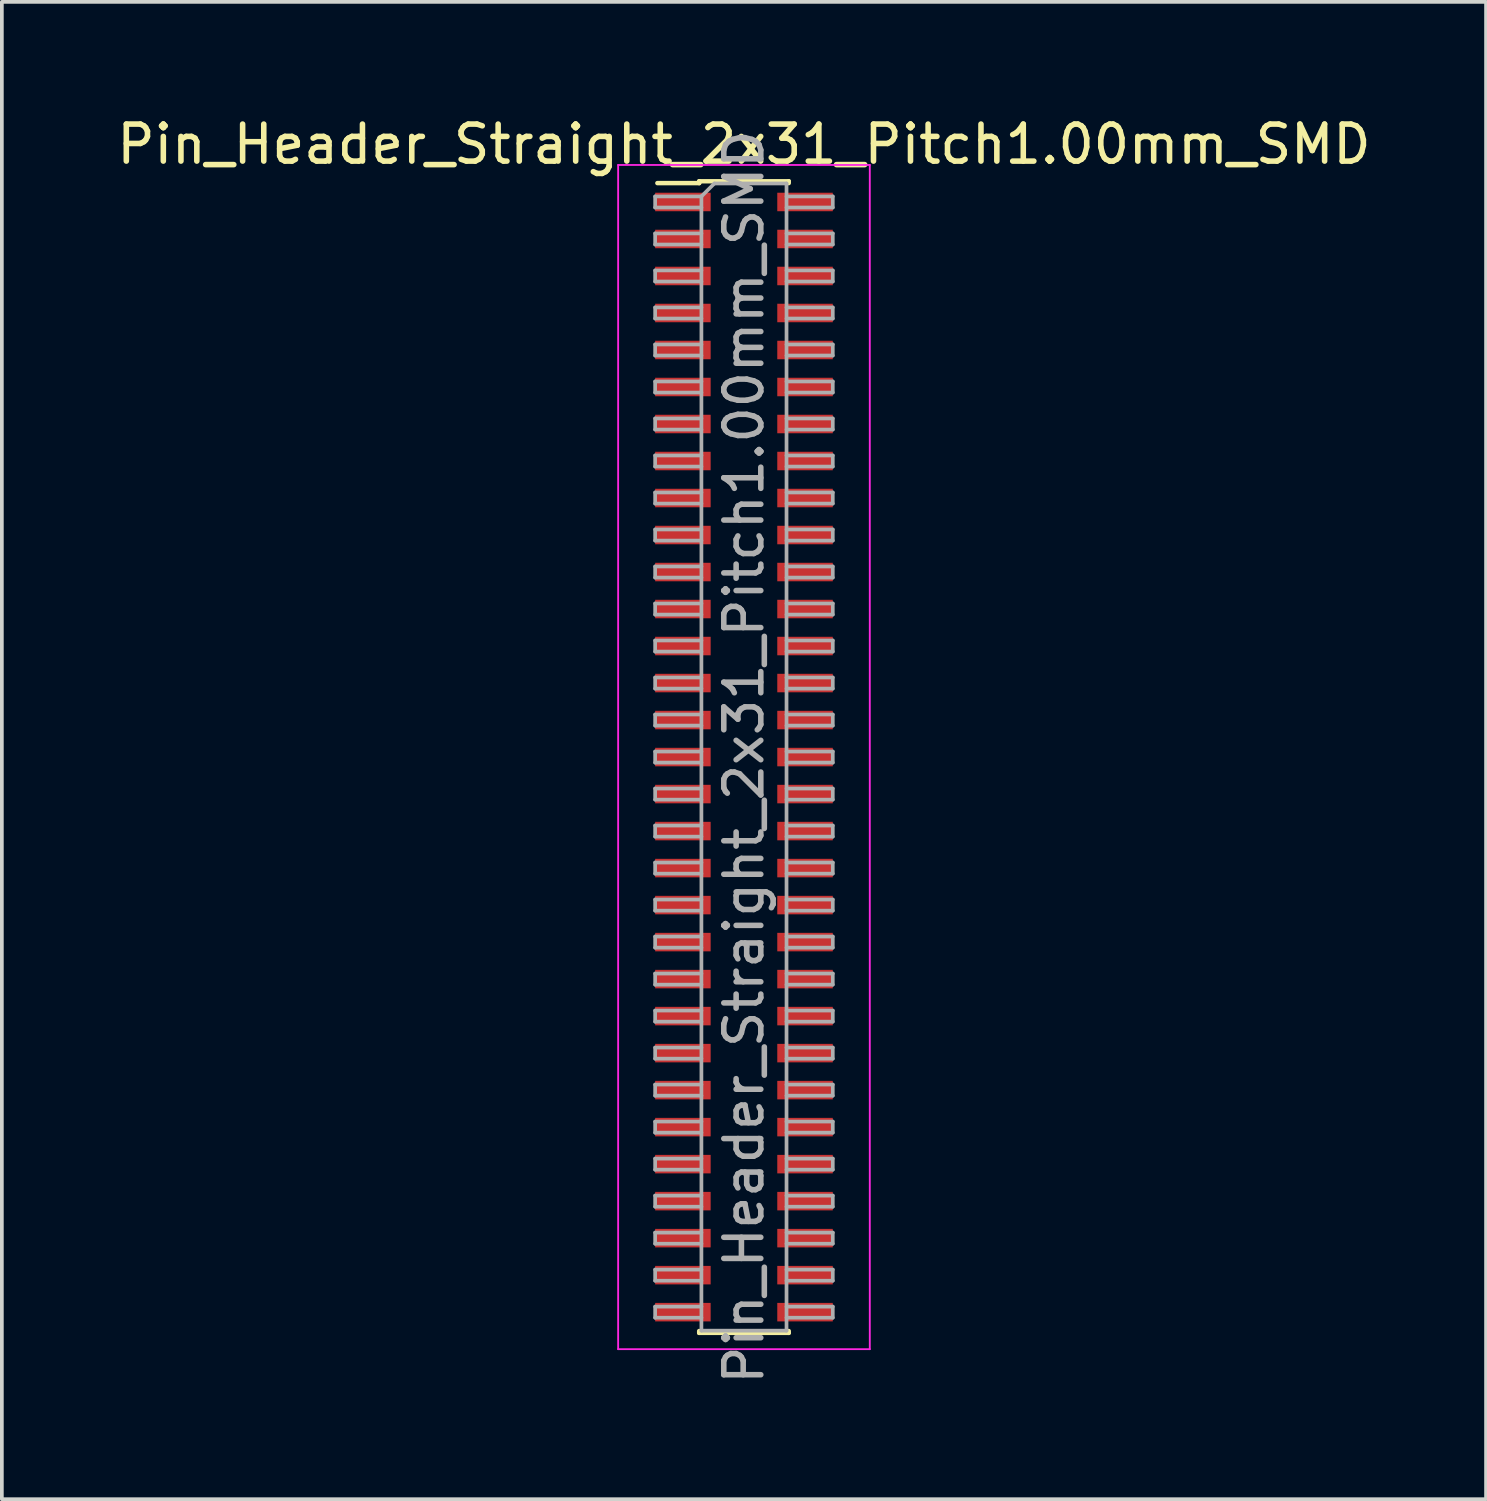
<source format=kicad_pcb>
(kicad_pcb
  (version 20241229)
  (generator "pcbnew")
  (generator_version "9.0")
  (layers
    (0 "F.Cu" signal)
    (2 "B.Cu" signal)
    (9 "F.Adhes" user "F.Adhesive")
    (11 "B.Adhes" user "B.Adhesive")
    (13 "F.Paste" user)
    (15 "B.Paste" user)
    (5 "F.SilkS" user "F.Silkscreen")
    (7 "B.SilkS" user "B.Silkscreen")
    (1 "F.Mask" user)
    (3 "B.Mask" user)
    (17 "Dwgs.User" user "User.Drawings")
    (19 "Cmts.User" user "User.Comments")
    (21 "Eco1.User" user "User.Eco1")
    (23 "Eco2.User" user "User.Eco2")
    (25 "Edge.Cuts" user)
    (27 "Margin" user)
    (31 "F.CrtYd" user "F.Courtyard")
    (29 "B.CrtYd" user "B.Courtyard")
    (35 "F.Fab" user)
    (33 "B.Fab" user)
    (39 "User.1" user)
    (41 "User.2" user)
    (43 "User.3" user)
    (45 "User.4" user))
  (footprint "Pin_Header_Straight_2x31_Pitch1.00mm_SMD"
    (layer "F.Cu")
    (at 17.054 17.408)
    (property "Reference" "Pin_Header_Straight_2x31_Pitch1.00mm_SMD" (at 0 -16.56 0) (layer "F.SilkS") (effects (font (size 1 1) (thickness 0.15))))
    (attr smd)
    (fp_line (start -2.34 -15.51) (end -1.21 -15.51) (stroke (width 0.12) (type solid)) (layer "F.SilkS"))
    (fp_line (start -1.21 -15.56) (end -1.21 -15.51) (stroke (width 0.12) (type solid)) (layer "F.SilkS"))
    (fp_line (start -1.21 -15.56) (end 1.21 -15.56) (stroke (width 0.12) (type solid)) (layer "F.SilkS"))
    (fp_line (start -1.21 15.51) (end -1.21 15.56) (stroke (width 0.12) (type solid)) (layer "F.SilkS"))
    (fp_line (start -1.21 15.56) (end 1.21 15.56) (stroke (width 0.12) (type solid)) (layer "F.SilkS"))
    (fp_line (start 1.21 -15.56) (end 1.21 -15.51) (stroke (width 0.12) (type solid)) (layer "F.SilkS"))
    (fp_line (start 1.21 15.51) (end 1.21 15.56) (stroke (width 0.12) (type solid)) (layer "F.SilkS"))
    (fp_line (start -3.4 -16) (end -3.4 16) (stroke (width 0.05) (type solid)) (layer "F.CrtYd"))
    (fp_line (start -3.4 16) (end 3.4 16) (stroke (width 0.05) (type solid)) (layer "F.CrtYd"))
    (fp_line (start 3.4 -16) (end -3.4 -16) (stroke (width 0.05) (type solid)) (layer "F.CrtYd"))
    (fp_line (start 3.4 16) (end 3.4 -16) (stroke (width 0.05) (type solid)) (layer "F.CrtYd"))
    (fp_line (start -2.4 -15.15) (end -2.4 -14.85) (stroke (width 0.1) (type solid)) (layer "F.Fab"))
    (fp_line (start -2.4 -14.85) (end -1.15 -14.85) (stroke (width 0.1) (type solid)) (layer "F.Fab"))
    (fp_line (start -2.4 -14.15) (end -2.4 -13.85) (stroke (width 0.1) (type solid)) (layer "F.Fab"))
    (fp_line (start -2.4 -13.85) (end -1.15 -13.85) (stroke (width 0.1) (type solid)) (layer "F.Fab"))
    (fp_line (start -2.4 -13.15) (end -2.4 -12.85) (stroke (width 0.1) (type solid)) (layer "F.Fab"))
    (fp_line (start -2.4 -12.85) (end -1.15 -12.85) (stroke (width 0.1) (type solid)) (layer "F.Fab"))
    (fp_line (start -2.4 -12.15) (end -2.4 -11.85) (stroke (width 0.1) (type solid)) (layer "F.Fab"))
    (fp_line (start -2.4 -11.85) (end -1.15 -11.85) (stroke (width 0.1) (type solid)) (layer "F.Fab"))
    (fp_line (start -2.4 -11.15) (end -2.4 -10.85) (stroke (width 0.1) (type solid)) (layer "F.Fab"))
    (fp_line (start -2.4 -10.85) (end -1.15 -10.85) (stroke (width 0.1) (type solid)) (layer "F.Fab"))
    (fp_line (start -2.4 -10.15) (end -2.4 -9.85) (stroke (width 0.1) (type solid)) (layer "F.Fab"))
    (fp_line (start -2.4 -9.85) (end -1.15 -9.85) (stroke (width 0.1) (type solid)) (layer "F.Fab"))
    (fp_line (start -2.4 -9.15) (end -2.4 -8.85) (stroke (width 0.1) (type solid)) (layer "F.Fab"))
    (fp_line (start -2.4 -8.85) (end -1.15 -8.85) (stroke (width 0.1) (type solid)) (layer "F.Fab"))
    (fp_line (start -2.4 -8.15) (end -2.4 -7.85) (stroke (width 0.1) (type solid)) (layer "F.Fab"))
    (fp_line (start -2.4 -7.85) (end -1.15 -7.85) (stroke (width 0.1) (type solid)) (layer "F.Fab"))
    (fp_line (start -2.4 -7.15) (end -2.4 -6.85) (stroke (width 0.1) (type solid)) (layer "F.Fab"))
    (fp_line (start -2.4 -6.85) (end -1.15 -6.85) (stroke (width 0.1) (type solid)) (layer "F.Fab"))
    (fp_line (start -2.4 -6.15) (end -2.4 -5.85) (stroke (width 0.1) (type solid)) (layer "F.Fab"))
    (fp_line (start -2.4 -5.85) (end -1.15 -5.85) (stroke (width 0.1) (type solid)) (layer "F.Fab"))
    (fp_line (start -2.4 -5.15) (end -2.4 -4.85) (stroke (width 0.1) (type solid)) (layer "F.Fab"))
    (fp_line (start -2.4 -4.85) (end -1.15 -4.85) (stroke (width 0.1) (type solid)) (layer "F.Fab"))
    (fp_line (start -2.4 -4.15) (end -2.4 -3.85) (stroke (width 0.1) (type solid)) (layer "F.Fab"))
    (fp_line (start -2.4 -3.85) (end -1.15 -3.85) (stroke (width 0.1) (type solid)) (layer "F.Fab"))
    (fp_line (start -2.4 -3.15) (end -2.4 -2.85) (stroke (width 0.1) (type solid)) (layer "F.Fab"))
    (fp_line (start -2.4 -2.85) (end -1.15 -2.85) (stroke (width 0.1) (type solid)) (layer "F.Fab"))
    (fp_line (start -2.4 -2.15) (end -2.4 -1.85) (stroke (width 0.1) (type solid)) (layer "F.Fab"))
    (fp_line (start -2.4 -1.85) (end -1.15 -1.85) (stroke (width 0.1) (type solid)) (layer "F.Fab"))
    (fp_line (start -2.4 -1.15) (end -2.4 -0.85) (stroke (width 0.1) (type solid)) (layer "F.Fab"))
    (fp_line (start -2.4 -0.85) (end -1.15 -0.85) (stroke (width 0.1) (type solid)) (layer "F.Fab"))
    (fp_line (start -2.4 -0.15) (end -2.4 0.15) (stroke (width 0.1) (type solid)) (layer "F.Fab"))
    (fp_line (start -2.4 0.15) (end -1.15 0.15) (stroke (width 0.1) (type solid)) (layer "F.Fab"))
    (fp_line (start -2.4 0.85) (end -2.4 1.15) (stroke (width 0.1) (type solid)) (layer "F.Fab"))
    (fp_line (start -2.4 1.15) (end -1.15 1.15) (stroke (width 0.1) (type solid)) (layer "F.Fab"))
    (fp_line (start -2.4 1.85) (end -2.4 2.15) (stroke (width 0.1) (type solid)) (layer "F.Fab"))
    (fp_line (start -2.4 2.15) (end -1.15 2.15) (stroke (width 0.1) (type solid)) (layer "F.Fab"))
    (fp_line (start -2.4 2.85) (end -2.4 3.15) (stroke (width 0.1) (type solid)) (layer "F.Fab"))
    (fp_line (start -2.4 3.15) (end -1.15 3.15) (stroke (width 0.1) (type solid)) (layer "F.Fab"))
    (fp_line (start -2.4 3.85) (end -2.4 4.15) (stroke (width 0.1) (type solid)) (layer "F.Fab"))
    (fp_line (start -2.4 4.15) (end -1.15 4.15) (stroke (width 0.1) (type solid)) (layer "F.Fab"))
    (fp_line (start -2.4 4.85) (end -2.4 5.15) (stroke (width 0.1) (type solid)) (layer "F.Fab"))
    (fp_line (start -2.4 5.15) (end -1.15 5.15) (stroke (width 0.1) (type solid)) (layer "F.Fab"))
    (fp_line (start -2.4 5.85) (end -2.4 6.15) (stroke (width 0.1) (type solid)) (layer "F.Fab"))
    (fp_line (start -2.4 6.15) (end -1.15 6.15) (stroke (width 0.1) (type solid)) (layer "F.Fab"))
    (fp_line (start -2.4 6.85) (end -2.4 7.15) (stroke (width 0.1) (type solid)) (layer "F.Fab"))
    (fp_line (start -2.4 7.15) (end -1.15 7.15) (stroke (width 0.1) (type solid)) (layer "F.Fab"))
    (fp_line (start -2.4 7.85) (end -2.4 8.15) (stroke (width 0.1) (type solid)) (layer "F.Fab"))
    (fp_line (start -2.4 8.15) (end -1.15 8.15) (stroke (width 0.1) (type solid)) (layer "F.Fab"))
    (fp_line (start -2.4 8.85) (end -2.4 9.15) (stroke (width 0.1) (type solid)) (layer "F.Fab"))
    (fp_line (start -2.4 9.15) (end -1.15 9.15) (stroke (width 0.1) (type solid)) (layer "F.Fab"))
    (fp_line (start -2.4 9.85) (end -2.4 10.15) (stroke (width 0.1) (type solid)) (layer "F.Fab"))
    (fp_line (start -2.4 10.15) (end -1.15 10.15) (stroke (width 0.1) (type solid)) (layer "F.Fab"))
    (fp_line (start -2.4 10.85) (end -2.4 11.15) (stroke (width 0.1) (type solid)) (layer "F.Fab"))
    (fp_line (start -2.4 11.15) (end -1.15 11.15) (stroke (width 0.1) (type solid)) (layer "F.Fab"))
    (fp_line (start -2.4 11.85) (end -2.4 12.15) (stroke (width 0.1) (type solid)) (layer "F.Fab"))
    (fp_line (start -2.4 12.15) (end -1.15 12.15) (stroke (width 0.1) (type solid)) (layer "F.Fab"))
    (fp_line (start -2.4 12.85) (end -2.4 13.15) (stroke (width 0.1) (type solid)) (layer "F.Fab"))
    (fp_line (start -2.4 13.15) (end -1.15 13.15) (stroke (width 0.1) (type solid)) (layer "F.Fab"))
    (fp_line (start -2.4 13.85) (end -2.4 14.15) (stroke (width 0.1) (type solid)) (layer "F.Fab"))
    (fp_line (start -2.4 14.15) (end -1.15 14.15) (stroke (width 0.1) (type solid)) (layer "F.Fab"))
    (fp_line (start -2.4 14.85) (end -2.4 15.15) (stroke (width 0.1) (type solid)) (layer "F.Fab"))
    (fp_line (start -2.4 15.15) (end -1.15 15.15) (stroke (width 0.1) (type solid)) (layer "F.Fab"))
    (fp_line (start -1.15 -15.15) (end -2.4 -15.15) (stroke (width 0.1) (type solid)) (layer "F.Fab"))
    (fp_line (start -1.15 -15.15) (end -0.8 -15.5) (stroke (width 0.1) (type solid)) (layer "F.Fab"))
    (fp_line (start -1.15 -14.15) (end -2.4 -14.15) (stroke (width 0.1) (type solid)) (layer "F.Fab"))
    (fp_line (start -1.15 -13.15) (end -2.4 -13.15) (stroke (width 0.1) (type solid)) (layer "F.Fab"))
    (fp_line (start -1.15 -12.15) (end -2.4 -12.15) (stroke (width 0.1) (type solid)) (layer "F.Fab"))
    (fp_line (start -1.15 -11.15) (end -2.4 -11.15) (stroke (width 0.1) (type solid)) (layer "F.Fab"))
    (fp_line (start -1.15 -10.15) (end -2.4 -10.15) (stroke (width 0.1) (type solid)) (layer "F.Fab"))
    (fp_line (start -1.15 -9.15) (end -2.4 -9.15) (stroke (width 0.1) (type solid)) (layer "F.Fab"))
    (fp_line (start -1.15 -8.15) (end -2.4 -8.15) (stroke (width 0.1) (type solid)) (layer "F.Fab"))
    (fp_line (start -1.15 -7.15) (end -2.4 -7.15) (stroke (width 0.1) (type solid)) (layer "F.Fab"))
    (fp_line (start -1.15 -6.15) (end -2.4 -6.15) (stroke (width 0.1) (type solid)) (layer "F.Fab"))
    (fp_line (start -1.15 -5.15) (end -2.4 -5.15) (stroke (width 0.1) (type solid)) (layer "F.Fab"))
    (fp_line (start -1.15 -4.15) (end -2.4 -4.15) (stroke (width 0.1) (type solid)) (layer "F.Fab"))
    (fp_line (start -1.15 -3.15) (end -2.4 -3.15) (stroke (width 0.1) (type solid)) (layer "F.Fab"))
    (fp_line (start -1.15 -2.15) (end -2.4 -2.15) (stroke (width 0.1) (type solid)) (layer "F.Fab"))
    (fp_line (start -1.15 -1.15) (end -2.4 -1.15) (stroke (width 0.1) (type solid)) (layer "F.Fab"))
    (fp_line (start -1.15 -0.15) (end -2.4 -0.15) (stroke (width 0.1) (type solid)) (layer "F.Fab"))
    (fp_line (start -1.15 0.85) (end -2.4 0.85) (stroke (width 0.1) (type solid)) (layer "F.Fab"))
    (fp_line (start -1.15 1.85) (end -2.4 1.85) (stroke (width 0.1) (type solid)) (layer "F.Fab"))
    (fp_line (start -1.15 2.85) (end -2.4 2.85) (stroke (width 0.1) (type solid)) (layer "F.Fab"))
    (fp_line (start -1.15 3.85) (end -2.4 3.85) (stroke (width 0.1) (type solid)) (layer "F.Fab"))
    (fp_line (start -1.15 4.85) (end -2.4 4.85) (stroke (width 0.1) (type solid)) (layer "F.Fab"))
    (fp_line (start -1.15 5.85) (end -2.4 5.85) (stroke (width 0.1) (type solid)) (layer "F.Fab"))
    (fp_line (start -1.15 6.85) (end -2.4 6.85) (stroke (width 0.1) (type solid)) (layer "F.Fab"))
    (fp_line (start -1.15 7.85) (end -2.4 7.85) (stroke (width 0.1) (type solid)) (layer "F.Fab"))
    (fp_line (start -1.15 8.85) (end -2.4 8.85) (stroke (width 0.1) (type solid)) (layer "F.Fab"))
    (fp_line (start -1.15 9.85) (end -2.4 9.85) (stroke (width 0.1) (type solid)) (layer "F.Fab"))
    (fp_line (start -1.15 10.85) (end -2.4 10.85) (stroke (width 0.1) (type solid)) (layer "F.Fab"))
    (fp_line (start -1.15 11.85) (end -2.4 11.85) (stroke (width 0.1) (type solid)) (layer "F.Fab"))
    (fp_line (start -1.15 12.85) (end -2.4 12.85) (stroke (width 0.1) (type solid)) (layer "F.Fab"))
    (fp_line (start -1.15 13.85) (end -2.4 13.85) (stroke (width 0.1) (type solid)) (layer "F.Fab"))
    (fp_line (start -1.15 14.85) (end -2.4 14.85) (stroke (width 0.1) (type solid)) (layer "F.Fab"))
    (fp_line (start -1.15 15.5) (end -1.15 -15.15) (stroke (width 0.1) (type solid)) (layer "F.Fab"))
    (fp_line (start -0.8 -15.5) (end 1.15 -15.5) (stroke (width 0.1) (type solid)) (layer "F.Fab"))
    (fp_line (start 1.15 -15.5) (end 1.15 15.5) (stroke (width 0.1) (type solid)) (layer "F.Fab"))
    (fp_line (start 1.15 -15.15) (end 2.4 -15.15) (stroke (width 0.1) (type solid)) (layer "F.Fab"))
    (fp_line (start 1.15 -14.15) (end 2.4 -14.15) (stroke (width 0.1) (type solid)) (layer "F.Fab"))
    (fp_line (start 1.15 -13.15) (end 2.4 -13.15) (stroke (width 0.1) (type solid)) (layer "F.Fab"))
    (fp_line (start 1.15 -12.15) (end 2.4 -12.15) (stroke (width 0.1) (type solid)) (layer "F.Fab"))
    (fp_line (start 1.15 -11.15) (end 2.4 -11.15) (stroke (width 0.1) (type solid)) (layer "F.Fab"))
    (fp_line (start 1.15 -10.15) (end 2.4 -10.15) (stroke (width 0.1) (type solid)) (layer "F.Fab"))
    (fp_line (start 1.15 -9.15) (end 2.4 -9.15) (stroke (width 0.1) (type solid)) (layer "F.Fab"))
    (fp_line (start 1.15 -8.15) (end 2.4 -8.15) (stroke (width 0.1) (type solid)) (layer "F.Fab"))
    (fp_line (start 1.15 -7.15) (end 2.4 -7.15) (stroke (width 0.1) (type solid)) (layer "F.Fab"))
    (fp_line (start 1.15 -6.15) (end 2.4 -6.15) (stroke (width 0.1) (type solid)) (layer "F.Fab"))
    (fp_line (start 1.15 -5.15) (end 2.4 -5.15) (stroke (width 0.1) (type solid)) (layer "F.Fab"))
    (fp_line (start 1.15 -4.15) (end 2.4 -4.15) (stroke (width 0.1) (type solid)) (layer "F.Fab"))
    (fp_line (start 1.15 -3.15) (end 2.4 -3.15) (stroke (width 0.1) (type solid)) (layer "F.Fab"))
    (fp_line (start 1.15 -2.15) (end 2.4 -2.15) (stroke (width 0.1) (type solid)) (layer "F.Fab"))
    (fp_line (start 1.15 -1.15) (end 2.4 -1.15) (stroke (width 0.1) (type solid)) (layer "F.Fab"))
    (fp_line (start 1.15 -0.15) (end 2.4 -0.15) (stroke (width 0.1) (type solid)) (layer "F.Fab"))
    (fp_line (start 1.15 0.85) (end 2.4 0.85) (stroke (width 0.1) (type solid)) (layer "F.Fab"))
    (fp_line (start 1.15 1.85) (end 2.4 1.85) (stroke (width 0.1) (type solid)) (layer "F.Fab"))
    (fp_line (start 1.15 2.85) (end 2.4 2.85) (stroke (width 0.1) (type solid)) (layer "F.Fab"))
    (fp_line (start 1.15 3.85) (end 2.4 3.85) (stroke (width 0.1) (type solid)) (layer "F.Fab"))
    (fp_line (start 1.15 4.85) (end 2.4 4.85) (stroke (width 0.1) (type solid)) (layer "F.Fab"))
    (fp_line (start 1.15 5.85) (end 2.4 5.85) (stroke (width 0.1) (type solid)) (layer "F.Fab"))
    (fp_line (start 1.15 6.85) (end 2.4 6.85) (stroke (width 0.1) (type solid)) (layer "F.Fab"))
    (fp_line (start 1.15 7.85) (end 2.4 7.85) (stroke (width 0.1) (type solid)) (layer "F.Fab"))
    (fp_line (start 1.15 8.85) (end 2.4 8.85) (stroke (width 0.1) (type solid)) (layer "F.Fab"))
    (fp_line (start 1.15 9.85) (end 2.4 9.85) (stroke (width 0.1) (type solid)) (layer "F.Fab"))
    (fp_line (start 1.15 10.85) (end 2.4 10.85) (stroke (width 0.1) (type solid)) (layer "F.Fab"))
    (fp_line (start 1.15 11.85) (end 2.4 11.85) (stroke (width 0.1) (type solid)) (layer "F.Fab"))
    (fp_line (start 1.15 12.85) (end 2.4 12.85) (stroke (width 0.1) (type solid)) (layer "F.Fab"))
    (fp_line (start 1.15 13.85) (end 2.4 13.85) (stroke (width 0.1) (type solid)) (layer "F.Fab"))
    (fp_line (start 1.15 14.85) (end 2.4 14.85) (stroke (width 0.1) (type solid)) (layer "F.Fab"))
    (fp_line (start 1.15 15.5) (end -1.15 15.5) (stroke (width 0.1) (type solid)) (layer "F.Fab"))
    (fp_line (start 2.4 -15.15) (end 2.4 -14.85) (stroke (width 0.1) (type solid)) (layer "F.Fab"))
    (fp_line (start 2.4 -14.85) (end 1.15 -14.85) (stroke (width 0.1) (type solid)) (layer "F.Fab"))
    (fp_line (start 2.4 -14.15) (end 2.4 -13.85) (stroke (width 0.1) (type solid)) (layer "F.Fab"))
    (fp_line (start 2.4 -13.85) (end 1.15 -13.85) (stroke (width 0.1) (type solid)) (layer "F.Fab"))
    (fp_line (start 2.4 -13.15) (end 2.4 -12.85) (stroke (width 0.1) (type solid)) (layer "F.Fab"))
    (fp_line (start 2.4 -12.85) (end 1.15 -12.85) (stroke (width 0.1) (type solid)) (layer "F.Fab"))
    (fp_line (start 2.4 -12.15) (end 2.4 -11.85) (stroke (width 0.1) (type solid)) (layer "F.Fab"))
    (fp_line (start 2.4 -11.85) (end 1.15 -11.85) (stroke (width 0.1) (type solid)) (layer "F.Fab"))
    (fp_line (start 2.4 -11.15) (end 2.4 -10.85) (stroke (width 0.1) (type solid)) (layer "F.Fab"))
    (fp_line (start 2.4 -10.85) (end 1.15 -10.85) (stroke (width 0.1) (type solid)) (layer "F.Fab"))
    (fp_line (start 2.4 -10.15) (end 2.4 -9.85) (stroke (width 0.1) (type solid)) (layer "F.Fab"))
    (fp_line (start 2.4 -9.85) (end 1.15 -9.85) (stroke (width 0.1) (type solid)) (layer "F.Fab"))
    (fp_line (start 2.4 -9.15) (end 2.4 -8.85) (stroke (width 0.1) (type solid)) (layer "F.Fab"))
    (fp_line (start 2.4 -8.85) (end 1.15 -8.85) (stroke (width 0.1) (type solid)) (layer "F.Fab"))
    (fp_line (start 2.4 -8.15) (end 2.4 -7.85) (stroke (width 0.1) (type solid)) (layer "F.Fab"))
    (fp_line (start 2.4 -7.85) (end 1.15 -7.85) (stroke (width 0.1) (type solid)) (layer "F.Fab"))
    (fp_line (start 2.4 -7.15) (end 2.4 -6.85) (stroke (width 0.1) (type solid)) (layer "F.Fab"))
    (fp_line (start 2.4 -6.85) (end 1.15 -6.85) (stroke (width 0.1) (type solid)) (layer "F.Fab"))
    (fp_line (start 2.4 -6.15) (end 2.4 -5.85) (stroke (width 0.1) (type solid)) (layer "F.Fab"))
    (fp_line (start 2.4 -5.85) (end 1.15 -5.85) (stroke (width 0.1) (type solid)) (layer "F.Fab"))
    (fp_line (start 2.4 -5.15) (end 2.4 -4.85) (stroke (width 0.1) (type solid)) (layer "F.Fab"))
    (fp_line (start 2.4 -4.85) (end 1.15 -4.85) (stroke (width 0.1) (type solid)) (layer "F.Fab"))
    (fp_line (start 2.4 -4.15) (end 2.4 -3.85) (stroke (width 0.1) (type solid)) (layer "F.Fab"))
    (fp_line (start 2.4 -3.85) (end 1.15 -3.85) (stroke (width 0.1) (type solid)) (layer "F.Fab"))
    (fp_line (start 2.4 -3.15) (end 2.4 -2.85) (stroke (width 0.1) (type solid)) (layer "F.Fab"))
    (fp_line (start 2.4 -2.85) (end 1.15 -2.85) (stroke (width 0.1) (type solid)) (layer "F.Fab"))
    (fp_line (start 2.4 -2.15) (end 2.4 -1.85) (stroke (width 0.1) (type solid)) (layer "F.Fab"))
    (fp_line (start 2.4 -1.85) (end 1.15 -1.85) (stroke (width 0.1) (type solid)) (layer "F.Fab"))
    (fp_line (start 2.4 -1.15) (end 2.4 -0.85) (stroke (width 0.1) (type solid)) (layer "F.Fab"))
    (fp_line (start 2.4 -0.85) (end 1.15 -0.85) (stroke (width 0.1) (type solid)) (layer "F.Fab"))
    (fp_line (start 2.4 -0.15) (end 2.4 0.15) (stroke (width 0.1) (type solid)) (layer "F.Fab"))
    (fp_line (start 2.4 0.15) (end 1.15 0.15) (stroke (width 0.1) (type solid)) (layer "F.Fab"))
    (fp_line (start 2.4 0.85) (end 2.4 1.15) (stroke (width 0.1) (type solid)) (layer "F.Fab"))
    (fp_line (start 2.4 1.15) (end 1.15 1.15) (stroke (width 0.1) (type solid)) (layer "F.Fab"))
    (fp_line (start 2.4 1.85) (end 2.4 2.15) (stroke (width 0.1) (type solid)) (layer "F.Fab"))
    (fp_line (start 2.4 2.15) (end 1.15 2.15) (stroke (width 0.1) (type solid)) (layer "F.Fab"))
    (fp_line (start 2.4 2.85) (end 2.4 3.15) (stroke (width 0.1) (type solid)) (layer "F.Fab"))
    (fp_line (start 2.4 3.15) (end 1.15 3.15) (stroke (width 0.1) (type solid)) (layer "F.Fab"))
    (fp_line (start 2.4 3.85) (end 2.4 4.15) (stroke (width 0.1) (type solid)) (layer "F.Fab"))
    (fp_line (start 2.4 4.15) (end 1.15 4.15) (stroke (width 0.1) (type solid)) (layer "F.Fab"))
    (fp_line (start 2.4 4.85) (end 2.4 5.15) (stroke (width 0.1) (type solid)) (layer "F.Fab"))
    (fp_line (start 2.4 5.15) (end 1.15 5.15) (stroke (width 0.1) (type solid)) (layer "F.Fab"))
    (fp_line (start 2.4 5.85) (end 2.4 6.15) (stroke (width 0.1) (type solid)) (layer "F.Fab"))
    (fp_line (start 2.4 6.15) (end 1.15 6.15) (stroke (width 0.1) (type solid)) (layer "F.Fab"))
    (fp_line (start 2.4 6.85) (end 2.4 7.15) (stroke (width 0.1) (type solid)) (layer "F.Fab"))
    (fp_line (start 2.4 7.15) (end 1.15 7.15) (stroke (width 0.1) (type solid)) (layer "F.Fab"))
    (fp_line (start 2.4 7.85) (end 2.4 8.15) (stroke (width 0.1) (type solid)) (layer "F.Fab"))
    (fp_line (start 2.4 8.15) (end 1.15 8.15) (stroke (width 0.1) (type solid)) (layer "F.Fab"))
    (fp_line (start 2.4 8.85) (end 2.4 9.15) (stroke (width 0.1) (type solid)) (layer "F.Fab"))
    (fp_line (start 2.4 9.15) (end 1.15 9.15) (stroke (width 0.1) (type solid)) (layer "F.Fab"))
    (fp_line (start 2.4 9.85) (end 2.4 10.15) (stroke (width 0.1) (type solid)) (layer "F.Fab"))
    (fp_line (start 2.4 10.15) (end 1.15 10.15) (stroke (width 0.1) (type solid)) (layer "F.Fab"))
    (fp_line (start 2.4 10.85) (end 2.4 11.15) (stroke (width 0.1) (type solid)) (layer "F.Fab"))
    (fp_line (start 2.4 11.15) (end 1.15 11.15) (stroke (width 0.1) (type solid)) (layer "F.Fab"))
    (fp_line (start 2.4 11.85) (end 2.4 12.15) (stroke (width 0.1) (type solid)) (layer "F.Fab"))
    (fp_line (start 2.4 12.15) (end 1.15 12.15) (stroke (width 0.1) (type solid)) (layer "F.Fab"))
    (fp_line (start 2.4 12.85) (end 2.4 13.15) (stroke (width 0.1) (type solid)) (layer "F.Fab"))
    (fp_line (start 2.4 13.15) (end 1.15 13.15) (stroke (width 0.1) (type solid)) (layer "F.Fab"))
    (fp_line (start 2.4 13.85) (end 2.4 14.15) (stroke (width 0.1) (type solid)) (layer "F.Fab"))
    (fp_line (start 2.4 14.15) (end 1.15 14.15) (stroke (width 0.1) (type solid)) (layer "F.Fab"))
    (fp_line (start 2.4 14.85) (end 2.4 15.15) (stroke (width 0.1) (type solid)) (layer "F.Fab"))
    (fp_line (start 2.4 15.15) (end 1.15 15.15) (stroke (width 0.1) (type solid)) (layer "F.Fab"))
    (fp_text user "${REFERENCE}" (at 0 0 90) (layer "F.Fab") (effects (font (size 1 1) (thickness 0.15))))
    (pad "1" smd rect (at -1.65 -15) (size 1.5 0.5) (layers "F.Cu" "F.Mask" "F.Paste"))
    (pad "2" smd rect (at 1.65 -15) (size 1.5 0.5) (layers "F.Cu" "F.Mask" "F.Paste"))
    (pad "3" smd rect (at -1.65 -14) (size 1.5 0.5) (layers "F.Cu" "F.Mask" "F.Paste"))
    (pad "4" smd rect (at 1.65 -14) (size 1.5 0.5) (layers "F.Cu" "F.Mask" "F.Paste"))
    (pad "5" smd rect (at -1.65 -13) (size 1.5 0.5) (layers "F.Cu" "F.Mask" "F.Paste"))
    (pad "6" smd rect (at 1.65 -13) (size 1.5 0.5) (layers "F.Cu" "F.Mask" "F.Paste"))
    (pad "7" smd rect (at -1.65 -12) (size 1.5 0.5) (layers "F.Cu" "F.Mask" "F.Paste"))
    (pad "8" smd rect (at 1.65 -12) (size 1.5 0.5) (layers "F.Cu" "F.Mask" "F.Paste"))
    (pad "9" smd rect (at -1.65 -11) (size 1.5 0.5) (layers "F.Cu" "F.Mask" "F.Paste"))
    (pad "10" smd rect (at 1.65 -11) (size 1.5 0.5) (layers "F.Cu" "F.Mask" "F.Paste"))
    (pad "11" smd rect (at -1.65 -10) (size 1.5 0.5) (layers "F.Cu" "F.Mask" "F.Paste"))
    (pad "12" smd rect (at 1.65 -10) (size 1.5 0.5) (layers "F.Cu" "F.Mask" "F.Paste"))
    (pad "13" smd rect (at -1.65 -9) (size 1.5 0.5) (layers "F.Cu" "F.Mask" "F.Paste"))
    (pad "14" smd rect (at 1.65 -9) (size 1.5 0.5) (layers "F.Cu" "F.Mask" "F.Paste"))
    (pad "15" smd rect (at -1.65 -8) (size 1.5 0.5) (layers "F.Cu" "F.Mask" "F.Paste"))
    (pad "16" smd rect (at 1.65 -8) (size 1.5 0.5) (layers "F.Cu" "F.Mask" "F.Paste"))
    (pad "17" smd rect (at -1.65 -7) (size 1.5 0.5) (layers "F.Cu" "F.Mask" "F.Paste"))
    (pad "18" smd rect (at 1.65 -7) (size 1.5 0.5) (layers "F.Cu" "F.Mask" "F.Paste"))
    (pad "19" smd rect (at -1.65 -6) (size 1.5 0.5) (layers "F.Cu" "F.Mask" "F.Paste"))
    (pad "20" smd rect (at 1.65 -6) (size 1.5 0.5) (layers "F.Cu" "F.Mask" "F.Paste"))
    (pad "21" smd rect (at -1.65 -5) (size 1.5 0.5) (layers "F.Cu" "F.Mask" "F.Paste"))
    (pad "22" smd rect (at 1.65 -5) (size 1.5 0.5) (layers "F.Cu" "F.Mask" "F.Paste"))
    (pad "23" smd rect (at -1.65 -4) (size 1.5 0.5) (layers "F.Cu" "F.Mask" "F.Paste"))
    (pad "24" smd rect (at 1.65 -4) (size 1.5 0.5) (layers "F.Cu" "F.Mask" "F.Paste"))
    (pad "25" smd rect (at -1.65 -3) (size 1.5 0.5) (layers "F.Cu" "F.Mask" "F.Paste"))
    (pad "26" smd rect (at 1.65 -3) (size 1.5 0.5) (layers "F.Cu" "F.Mask" "F.Paste"))
    (pad "27" smd rect (at -1.65 -2) (size 1.5 0.5) (layers "F.Cu" "F.Mask" "F.Paste"))
    (pad "28" smd rect (at 1.65 -2) (size 1.5 0.5) (layers "F.Cu" "F.Mask" "F.Paste"))
    (pad "29" smd rect (at -1.65 -1) (size 1.5 0.5) (layers "F.Cu" "F.Mask" "F.Paste"))
    (pad "30" smd rect (at 1.65 -1) (size 1.5 0.5) (layers "F.Cu" "F.Mask" "F.Paste"))
    (pad "31" smd rect (at -1.65 0) (size 1.5 0.5) (layers "F.Cu" "F.Mask" "F.Paste"))
    (pad "32" smd rect (at 1.65 0) (size 1.5 0.5) (layers "F.Cu" "F.Mask" "F.Paste"))
    (pad "33" smd rect (at -1.65 1) (size 1.5 0.5) (layers "F.Cu" "F.Mask" "F.Paste"))
    (pad "34" smd rect (at 1.65 1) (size 1.5 0.5) (layers "F.Cu" "F.Mask" "F.Paste"))
    (pad "35" smd rect (at -1.65 2) (size 1.5 0.5) (layers "F.Cu" "F.Mask" "F.Paste"))
    (pad "36" smd rect (at 1.65 2) (size 1.5 0.5) (layers "F.Cu" "F.Mask" "F.Paste"))
    (pad "37" smd rect (at -1.65 3) (size 1.5 0.5) (layers "F.Cu" "F.Mask" "F.Paste"))
    (pad "38" smd rect (at 1.65 3) (size 1.5 0.5) (layers "F.Cu" "F.Mask" "F.Paste"))
    (pad "39" smd rect (at -1.65 4) (size 1.5 0.5) (layers "F.Cu" "F.Mask" "F.Paste"))
    (pad "40" smd rect (at 1.65 4) (size 1.5 0.5) (layers "F.Cu" "F.Mask" "F.Paste"))
    (pad "41" smd rect (at -1.65 5) (size 1.5 0.5) (layers "F.Cu" "F.Mask" "F.Paste"))
    (pad "42" smd rect (at 1.65 5) (size 1.5 0.5) (layers "F.Cu" "F.Mask" "F.Paste"))
    (pad "43" smd rect (at -1.65 6) (size 1.5 0.5) (layers "F.Cu" "F.Mask" "F.Paste"))
    (pad "44" smd rect (at 1.65 6) (size 1.5 0.5) (layers "F.Cu" "F.Mask" "F.Paste"))
    (pad "45" smd rect (at -1.65 7) (size 1.5 0.5) (layers "F.Cu" "F.Mask" "F.Paste"))
    (pad "46" smd rect (at 1.65 7) (size 1.5 0.5) (layers "F.Cu" "F.Mask" "F.Paste"))
    (pad "47" smd rect (at -1.65 8) (size 1.5 0.5) (layers "F.Cu" "F.Mask" "F.Paste"))
    (pad "48" smd rect (at 1.65 8) (size 1.5 0.5) (layers "F.Cu" "F.Mask" "F.Paste"))
    (pad "49" smd rect (at -1.65 9) (size 1.5 0.5) (layers "F.Cu" "F.Mask" "F.Paste"))
    (pad "50" smd rect (at 1.65 9) (size 1.5 0.5) (layers "F.Cu" "F.Mask" "F.Paste"))
    (pad "51" smd rect (at -1.65 10) (size 1.5 0.5) (layers "F.Cu" "F.Mask" "F.Paste"))
    (pad "52" smd rect (at 1.65 10) (size 1.5 0.5) (layers "F.Cu" "F.Mask" "F.Paste"))
    (pad "53" smd rect (at -1.65 11) (size 1.5 0.5) (layers "F.Cu" "F.Mask" "F.Paste"))
    (pad "54" smd rect (at 1.65 11) (size 1.5 0.5) (layers "F.Cu" "F.Mask" "F.Paste"))
    (pad "55" smd rect (at -1.65 12) (size 1.5 0.5) (layers "F.Cu" "F.Mask" "F.Paste"))
    (pad "56" smd rect (at 1.65 12) (size 1.5 0.5) (layers "F.Cu" "F.Mask" "F.Paste"))
    (pad "57" smd rect (at -1.65 13) (size 1.5 0.5) (layers "F.Cu" "F.Mask" "F.Paste"))
    (pad "58" smd rect (at 1.65 13) (size 1.5 0.5) (layers "F.Cu" "F.Mask" "F.Paste"))
    (pad "59" smd rect (at -1.65 14) (size 1.5 0.5) (layers "F.Cu" "F.Mask" "F.Paste"))
    (pad "60" smd rect (at 1.65 14) (size 1.5 0.5) (layers "F.Cu" "F.Mask" "F.Paste"))
    (pad "61" smd rect (at -1.65 15) (size 1.5 0.5) (layers "F.Cu" "F.Mask" "F.Paste"))
    (pad "62" smd rect (at 1.65 15) (size 1.5 0.5) (layers "F.Cu" "F.Mask" "F.Paste")))
  (gr_rect
    (start -3 -3)
    (end 37.107 37.462)
    (stroke (width 0.1) (type default))
    (fill no)
    (layer "Edge.Cuts")))
</source>
